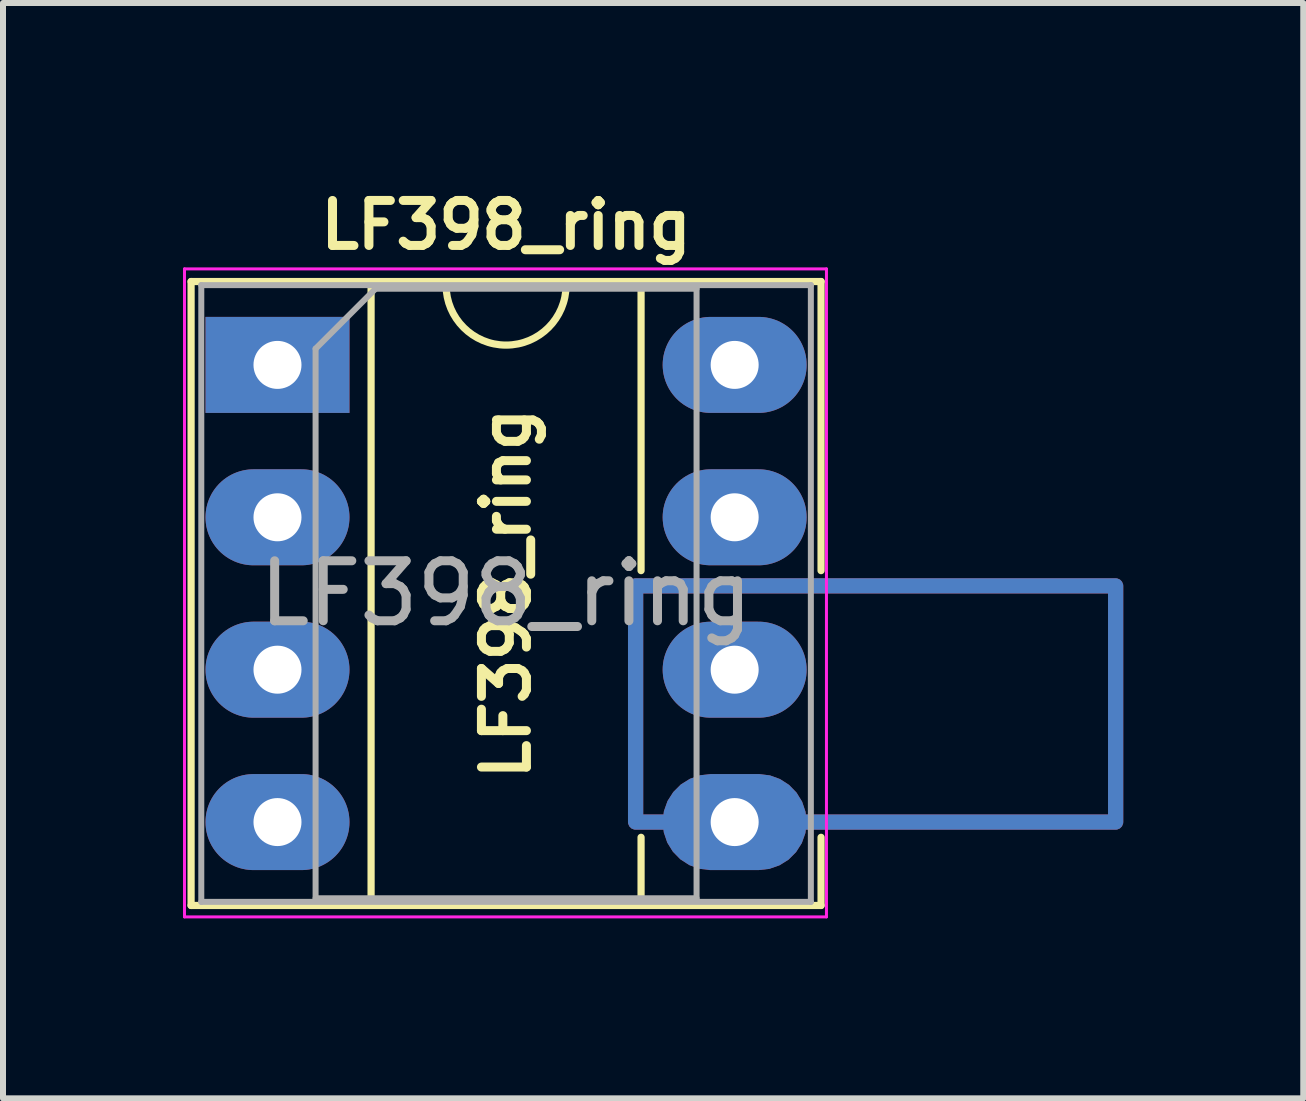
<source format=kicad_pcb>
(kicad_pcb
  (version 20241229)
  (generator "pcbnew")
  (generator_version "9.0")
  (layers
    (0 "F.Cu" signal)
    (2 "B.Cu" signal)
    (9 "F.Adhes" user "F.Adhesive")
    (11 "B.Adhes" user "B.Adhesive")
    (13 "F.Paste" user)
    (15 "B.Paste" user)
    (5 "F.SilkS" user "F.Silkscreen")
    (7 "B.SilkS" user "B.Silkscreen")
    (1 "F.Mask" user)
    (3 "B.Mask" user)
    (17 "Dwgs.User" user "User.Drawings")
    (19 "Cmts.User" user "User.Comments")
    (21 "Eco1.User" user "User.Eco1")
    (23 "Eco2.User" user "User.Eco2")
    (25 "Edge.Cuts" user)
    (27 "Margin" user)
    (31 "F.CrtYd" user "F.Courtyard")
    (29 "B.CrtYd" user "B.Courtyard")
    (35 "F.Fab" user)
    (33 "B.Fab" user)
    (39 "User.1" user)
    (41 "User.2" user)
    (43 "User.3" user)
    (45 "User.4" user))
  (footprint "LF398_ring"
    (layer "F.Cu")
    (at 1.575 3.032)
    (property "Reference" "LF398_ring" (at 3.81 -2.33 0) (layer "F.SilkS") (effects (font (size 0.75 0.75) (thickness 0.15))))
    (property "Value" "LF398_ring" (at 3.81 9.95 180) (layer "F.Fab") (hide yes) (effects (font (size 1 1) (thickness 0.15))))
    (attr through_hole)
    (fp_line (start -1.44 -1.39) (end -1.44 9.01) (stroke (width 0.12) (type solid)) (layer "F.SilkS"))
    (fp_line (start -1.44 9.01) (end 9.06 9.01) (stroke (width 0.12) (type solid)) (layer "F.SilkS"))
    (fp_line (start 1.56 -1.33) (end 1.56 8.95) (stroke (width 0.12) (type solid)) (layer "F.SilkS"))
    (fp_line (start 1.56 8.95) (end 6.06 8.95) (stroke (width 0.12) (type solid)) (layer "F.SilkS"))
    (fp_line (start 2.81 -1.33) (end 1.56 -1.33) (stroke (width 0.12) (type solid)) (layer "F.SilkS"))
    (fp_line (start 6.06 -1.33) (end 4.81 -1.33) (stroke (width 0.12) (type solid)) (layer "F.SilkS"))
    (fp_line (start 6.06 3.429) (end 6.06 -1.33) (stroke (width 0.12) (type solid)) (layer "F.SilkS"))
    (fp_line (start 6.06 8.95) (end 6.06 7.874) (stroke (width 0.12) (type solid)) (layer "F.SilkS"))
    (fp_line (start 9.06 -1.39) (end -1.44 -1.39) (stroke (width 0.12) (type solid)) (layer "F.SilkS"))
    (fp_line (start 9.06 3.429) (end 9.06 -1.39) (stroke (width 0.12) (type solid)) (layer "F.SilkS"))
    (fp_line (start 9.06 9.01) (end 9.06 7.874) (stroke (width 0.12) (type solid)) (layer "F.SilkS"))
    (fp_arc (start 4.81 -1.33) (mid 3.81 -0.33) (end 2.81 -1.33) (stroke (width 0.12) (type solid)) (layer "F.SilkS"))
    (fp_line (start -1.55 -1.6) (end -1.55 9.2) (stroke (width 0.05) (type solid)) (layer "F.CrtYd"))
    (fp_line (start -1.55 9.2) (end 9.15 9.2) (stroke (width 0.05) (type solid)) (layer "F.CrtYd"))
    (fp_line (start 9.15 -1.6) (end -1.55 -1.6) (stroke (width 0.05) (type solid)) (layer "F.CrtYd"))
    (fp_line (start 9.15 9.2) (end 9.15 -1.6) (stroke (width 0.05) (type solid)) (layer "F.CrtYd"))
    (fp_line (start -1.27 -1.33) (end -1.27 8.95) (stroke (width 0.1) (type solid)) (layer "F.Fab"))
    (fp_line (start -1.27 8.95) (end 8.89 8.95) (stroke (width 0.1) (type solid)) (layer "F.Fab"))
    (fp_line (start 0.635 -0.27) (end 1.635 -1.27) (stroke (width 0.1) (type solid)) (layer "F.Fab"))
    (fp_line (start 0.635 8.89) (end 0.635 -0.27) (stroke (width 0.1) (type solid)) (layer "F.Fab"))
    (fp_line (start 1.635 -1.27) (end 6.985 -1.27) (stroke (width 0.1) (type solid)) (layer "F.Fab"))
    (fp_line (start 6.985 -1.27) (end 6.985 8.89) (stroke (width 0.1) (type solid)) (layer "F.Fab"))
    (fp_line (start 6.985 8.89) (end 0.635 8.89) (stroke (width 0.1) (type solid)) (layer "F.Fab"))
    (fp_line (start 8.89 -1.33) (end -1.27 -1.33) (stroke (width 0.1) (type solid)) (layer "F.Fab"))
    (fp_line (start 8.89 8.95) (end 8.89 -1.33) (stroke (width 0.1) (type solid)) (layer "F.Fab"))
    (fp_text user "${VALUE}" (at 3.81 3.81 90) (layer "F.SilkS") (effects (font (size 0.75 0.75) (thickness 0.15))))
    (fp_text user "${REFERENCE}" (at 3.81 3.81 0) (layer "F.Fab") (effects (font (size 1 1) (thickness 0.15))))
    (pad "1" thru_hole rect (at 0 0) (size 2.4 1.6) (drill 0.8) (layers "*.Cu" "*.Mask"))
    (pad "2" thru_hole oval (at 0 2.54) (size 2.4 1.6) (drill 0.8) (layers "*.Cu" "*.Mask"))
    (pad "3" thru_hole oval (at 0 5.08) (size 2.4 1.6) (drill 0.8) (layers "*.Cu" "*.Mask"))
    (pad "4" thru_hole oval (at 0 7.62) (size 2.4 1.6) (drill 0.8) (layers "*.Cu" "*.Mask"))
    (pad "5" thru_hole custom (at 7.62 7.62) (size 1.6 1.6) (drill 0.8) (layers "*.Cu" "*.Mask") (options (anchor circle)) (primitives (gr_poly (pts (xy 0.411 -0.8) (xy 0.588 -0.778) (xy 0.756 -0.717) (xy 0.906 -0.62) (xy 1.03 -0.493) (xy 1.124 -0.341) (xy 1.181 -0.172) (xy 1.2 0.006) (xy 1.179 0.183) (xy 1.119 0.351) (xy 1.023 0.501) (xy 0.897 0.627) (xy 0.746 0.721) (xy 0.577 0.78) (xy 0.4 0.8) (xy -0.4 0.8) (xy -0.411 0.8) (xy -0.588 0.778) (xy -0.756 0.717) (xy -0.906 0.62) (xy -1.03 0.493) (xy -1.124 0.341) (xy -1.181 0.172) (xy -1.2 -0.006) (xy -1.179 -0.183) (xy -1.119 -0.351) (xy -1.023 -0.501) (xy -0.897 -0.627) (xy -0.746 -0.721) (xy -0.577 -0.78) (xy -0.4 -0.8) (xy 0.4 -0.8)) (width 0) (fill yes)) (gr_line (start -1.651 0) (end 0 0) (width 0.254)) (gr_line (start -1.651 0) (end -1.651 -3.937) (width 0.254)) (gr_line (start 6.35 -3.937) (end -1.651 -3.937) (width 0.254)) (gr_line (start 6.35 0) (end 6.35 -3.937) (width 0.254)) (gr_line (start 6.35 0) (end 0 0) (width 0.254))))
    (pad "6" thru_hole oval (at 7.62 5.08) (size 2.4 1.6) (drill 0.8) (layers "*.Cu" "*.Mask"))
    (pad "7" thru_hole oval (at 7.62 2.54) (size 2.4 1.6) (drill 0.8) (layers "*.Cu" "*.Mask"))
    (pad "8" thru_hole oval (at 7.62 0) (size 2.4 1.6) (drill 0.8) (layers "*.Cu" "*.Mask")))
  (gr_rect
    (start -3 -3)
    (end 18.672 15.257)
    (stroke (width 0.1) (type default))
    (fill no)
    (layer "Edge.Cuts")))
</source>
